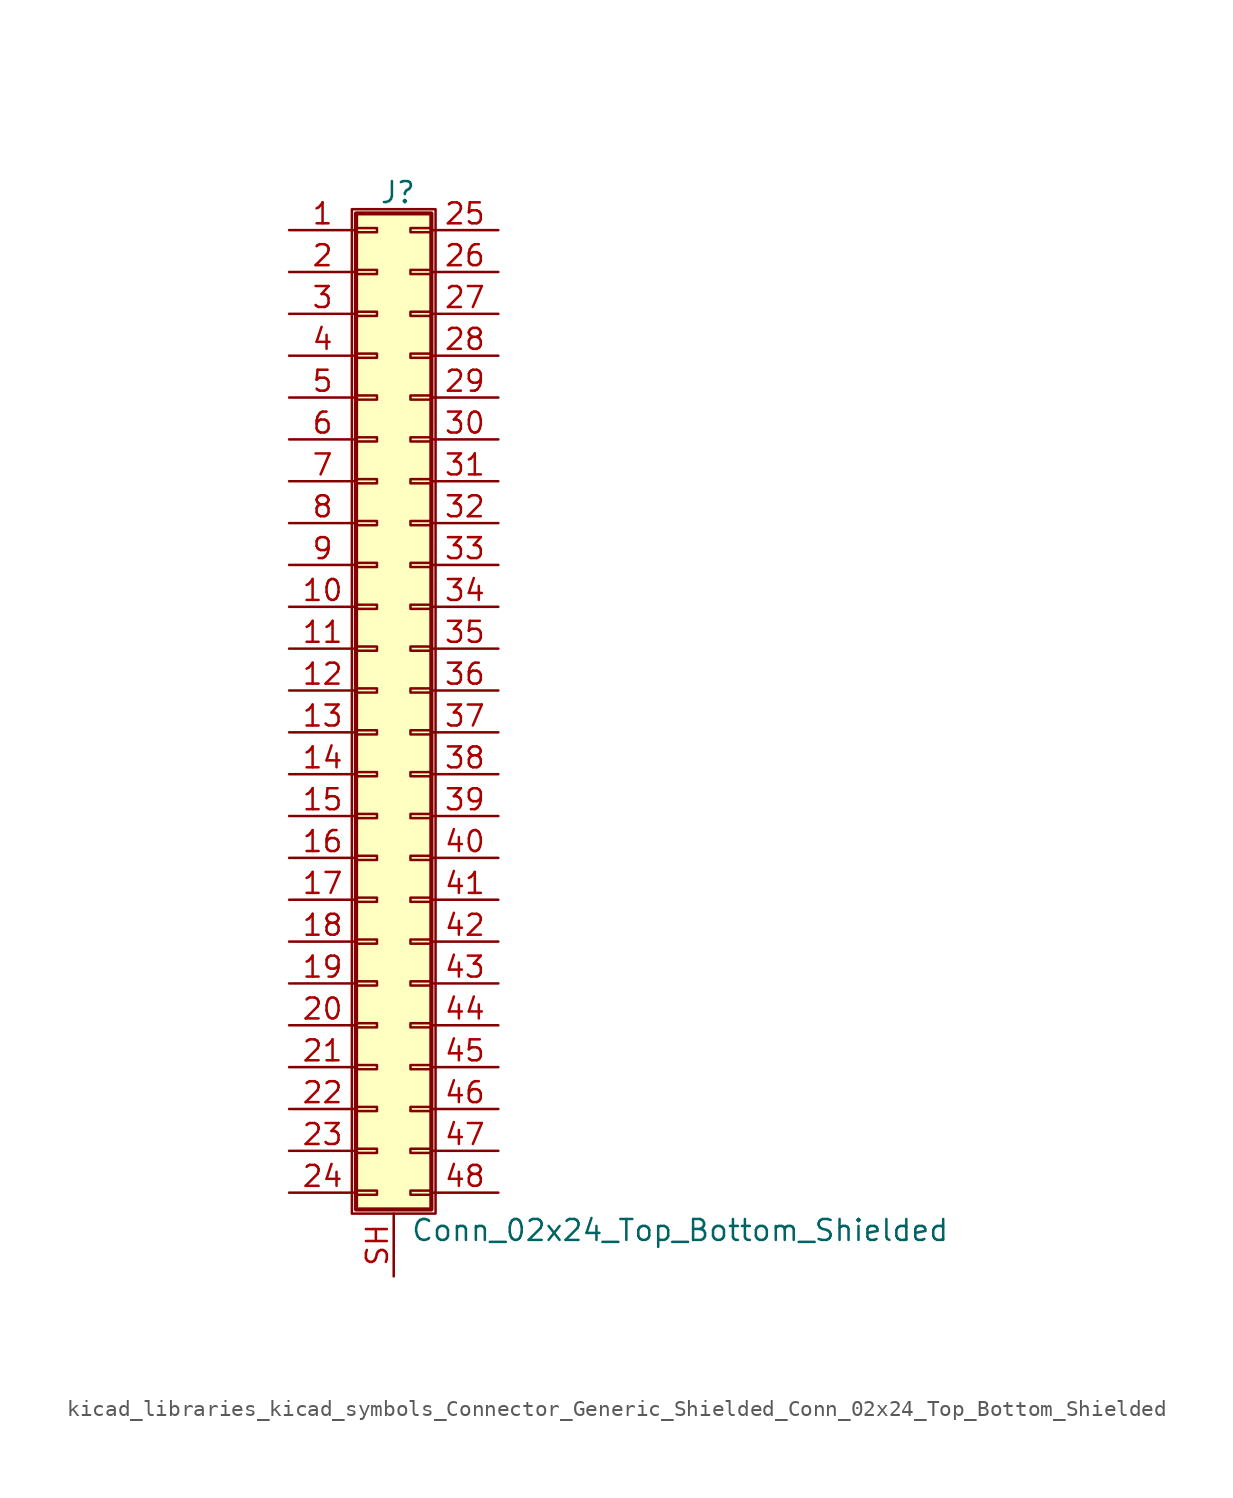
<source format=kicad_sym>
(kicad_symbol_lib
  (version 20220914)
  (generator kicad_symbol_editor)
  (symbol "kicad_libraries_kicad_symbols_Connector_Generic_Shielded_Conn_02x24_Top_Bottom_Shielded"
    (pin_names
      (offset 1.016) hide)
    (property "Reference" "J"
      (at 1.524 30.226 0)
      (effects (font (size 1.27 1.27))))
    (property "Value" "Conn_02x24_Top_Bottom_Shielded"
      (at 2.286 -32.766 0)
      (effects (font (size 1.27 1.27)) (justify left)))
    (symbol "kicad_libraries_kicad_symbols_Connector_Generic_Shielded_Conn_02x24_Top_Bottom_Shielded_1_1"
      (rectangle (start -1.27 29.21) (end 3.81 -31.75) (stroke (width 0.152) (type default)) (fill (type none)))
      (rectangle (start -1.016 -30.353) (end 0.254 -30.607) (stroke (width 0.152) (type default)) (fill (type none)))
      (rectangle (start -1.016 -27.813) (end 0.254 -28.067) (stroke (width 0.152) (type default)) (fill (type none)))
      (rectangle (start -1.016 -25.273) (end 0.254 -25.527) (stroke (width 0.152) (type default)) (fill (type none)))
      (rectangle (start -1.016 -22.733) (end 0.254 -22.987) (stroke (width 0.152) (type default)) (fill (type none)))
      (rectangle (start -1.016 -20.193) (end 0.254 -20.447) (stroke (width 0.152) (type default)) (fill (type none)))
      (rectangle (start -1.016 -17.653) (end 0.254 -17.907) (stroke (width 0.152) (type default)) (fill (type none)))
      (rectangle (start -1.016 -15.113) (end 0.254 -15.367) (stroke (width 0.152) (type default)) (fill (type none)))
      (rectangle (start -1.016 -12.573) (end 0.254 -12.827) (stroke (width 0.152) (type default)) (fill (type none)))
      (rectangle (start -1.016 -10.033) (end 0.254 -10.287) (stroke (width 0.152) (type default)) (fill (type none)))
      (rectangle (start -1.016 -7.493) (end 0.254 -7.747) (stroke (width 0.152) (type default)) (fill (type none)))
      (rectangle (start -1.016 -4.953) (end 0.254 -5.207) (stroke (width 0.152) (type default)) (fill (type none)))
      (rectangle (start -1.016 -2.413) (end 0.254 -2.667) (stroke (width 0.152) (type default)) (fill (type none)))
      (rectangle (start -1.016 0.127) (end 0.254 -0.127) (stroke (width 0.152) (type default)) (fill (type none)))
      (rectangle (start -1.016 2.667) (end 0.254 2.413) (stroke (width 0.152) (type default)) (fill (type none)))
      (rectangle (start -1.016 5.207) (end 0.254 4.953) (stroke (width 0.152) (type default)) (fill (type none)))
      (rectangle (start -1.016 7.747) (end 0.254 7.493) (stroke (width 0.152) (type default)) (fill (type none)))
      (rectangle (start -1.016 10.287) (end 0.254 10.033) (stroke (width 0.152) (type default)) (fill (type none)))
      (rectangle (start -1.016 12.827) (end 0.254 12.573) (stroke (width 0.152) (type default)) (fill (type none)))
      (rectangle (start -1.016 15.367) (end 0.254 15.113) (stroke (width 0.152) (type default)) (fill (type none)))
      (rectangle (start -1.016 17.907) (end 0.254 17.653) (stroke (width 0.152) (type default)) (fill (type none)))
      (rectangle (start -1.016 20.447) (end 0.254 20.193) (stroke (width 0.152) (type default)) (fill (type none)))
      (rectangle (start -1.016 22.987) (end 0.254 22.733) (stroke (width 0.152) (type default)) (fill (type none)))
      (rectangle (start -1.016 25.527) (end 0.254 25.273) (stroke (width 0.152) (type default)) (fill (type none)))
      (rectangle (start -1.016 28.067) (end 0.254 27.813) (stroke (width 0.152) (type default)) (fill (type none)))
      (rectangle (start -1.016 28.956) (end 3.556 -31.496) (stroke (width 0.254) (type default)) (fill (type background)))
      (rectangle (start 3.556 -30.353) (end 2.286 -30.607) (stroke (width 0.152) (type default)) (fill (type none)))
      (rectangle (start 3.556 -27.813) (end 2.286 -28.067) (stroke (width 0.152) (type default)) (fill (type none)))
      (rectangle (start 3.556 -25.273) (end 2.286 -25.527) (stroke (width 0.152) (type default)) (fill (type none)))
      (rectangle (start 3.556 -22.733) (end 2.286 -22.987) (stroke (width 0.152) (type default)) (fill (type none)))
      (rectangle (start 3.556 -20.193) (end 2.286 -20.447) (stroke (width 0.152) (type default)) (fill (type none)))
      (rectangle (start 3.556 -17.653) (end 2.286 -17.907) (stroke (width 0.152) (type default)) (fill (type none)))
      (rectangle (start 3.556 -15.113) (end 2.286 -15.367) (stroke (width 0.152) (type default)) (fill (type none)))
      (rectangle (start 3.556 -12.573) (end 2.286 -12.827) (stroke (width 0.152) (type default)) (fill (type none)))
      (rectangle (start 3.556 -10.033) (end 2.286 -10.287) (stroke (width 0.152) (type default)) (fill (type none)))
      (rectangle (start 3.556 -7.493) (end 2.286 -7.747) (stroke (width 0.152) (type default)) (fill (type none)))
      (rectangle (start 3.556 -4.953) (end 2.286 -5.207) (stroke (width 0.152) (type default)) (fill (type none)))
      (rectangle (start 3.556 -2.413) (end 2.286 -2.667) (stroke (width 0.152) (type default)) (fill (type none)))
      (rectangle (start 3.556 0.127) (end 2.286 -0.127) (stroke (width 0.152) (type default)) (fill (type none)))
      (rectangle (start 3.556 2.667) (end 2.286 2.413) (stroke (width 0.152) (type default)) (fill (type none)))
      (rectangle (start 3.556 5.207) (end 2.286 4.953) (stroke (width 0.152) (type default)) (fill (type none)))
      (rectangle (start 3.556 7.747) (end 2.286 7.493) (stroke (width 0.152) (type default)) (fill (type none)))
      (rectangle (start 3.556 10.287) (end 2.286 10.033) (stroke (width 0.152) (type default)) (fill (type none)))
      (rectangle (start 3.556 12.827) (end 2.286 12.573) (stroke (width 0.152) (type default)) (fill (type none)))
      (rectangle (start 3.556 15.367) (end 2.286 15.113) (stroke (width 0.152) (type default)) (fill (type none)))
      (rectangle (start 3.556 17.907) (end 2.286 17.653) (stroke (width 0.152) (type default)) (fill (type none)))
      (rectangle (start 3.556 20.447) (end 2.286 20.193) (stroke (width 0.152) (type default)) (fill (type none)))
      (rectangle (start 3.556 22.987) (end 2.286 22.733) (stroke (width 0.152) (type default)) (fill (type none)))
      (rectangle (start 3.556 25.527) (end 2.286 25.273) (stroke (width 0.152) (type default)) (fill (type none)))
      (rectangle (start 3.556 28.067) (end 2.286 27.813) (stroke (width 0.152) (type default)) (fill (type none)))
      (pin passive line (at -5.08 27.94 0) (length 4.064) (name "Pin_1" (effects (font (size 1.27 1.27)))) (number "1" (effects (font (size 1.27 1.27)))))
      (pin passive line (at -5.08 5.08 0) (length 4.064) (name "Pin_10" (effects (font (size 1.27 1.27)))) (number "10" (effects (font (size 1.27 1.27)))))
      (pin passive line (at -5.08 2.54 0) (length 4.064) (name "Pin_11" (effects (font (size 1.27 1.27)))) (number "11" (effects (font (size 1.27 1.27)))))
      (pin passive line (at -5.08 0 0) (length 4.064) (name "Pin_12" (effects (font (size 1.27 1.27)))) (number "12" (effects (font (size 1.27 1.27)))))
      (pin passive line (at -5.08 -2.54 0) (length 4.064) (name "Pin_13" (effects (font (size 1.27 1.27)))) (number "13" (effects (font (size 1.27 1.27)))))
      (pin passive line (at -5.08 -5.08 0) (length 4.064) (name "Pin_14" (effects (font (size 1.27 1.27)))) (number "14" (effects (font (size 1.27 1.27)))))
      (pin passive line (at -5.08 -7.62 0) (length 4.064) (name "Pin_15" (effects (font (size 1.27 1.27)))) (number "15" (effects (font (size 1.27 1.27)))))
      (pin passive line (at -5.08 -10.16 0) (length 4.064) (name "Pin_16" (effects (font (size 1.27 1.27)))) (number "16" (effects (font (size 1.27 1.27)))))
      (pin passive line (at -5.08 -12.7 0) (length 4.064) (name "Pin_17" (effects (font (size 1.27 1.27)))) (number "17" (effects (font (size 1.27 1.27)))))
      (pin passive line (at -5.08 -15.24 0) (length 4.064) (name "Pin_18" (effects (font (size 1.27 1.27)))) (number "18" (effects (font (size 1.27 1.27)))))
      (pin passive line (at -5.08 -17.78 0) (length 4.064) (name "Pin_19" (effects (font (size 1.27 1.27)))) (number "19" (effects (font (size 1.27 1.27)))))
      (pin passive line (at -5.08 25.4 0) (length 4.064) (name "Pin_2" (effects (font (size 1.27 1.27)))) (number "2" (effects (font (size 1.27 1.27)))))
      (pin passive line (at -5.08 -20.32 0) (length 4.064) (name "Pin_20" (effects (font (size 1.27 1.27)))) (number "20" (effects (font (size 1.27 1.27)))))
      (pin passive line (at -5.08 -22.86 0) (length 4.064) (name "Pin_21" (effects (font (size 1.27 1.27)))) (number "21" (effects (font (size 1.27 1.27)))))
      (pin passive line (at -5.08 -25.4 0) (length 4.064) (name "Pin_22" (effects (font (size 1.27 1.27)))) (number "22" (effects (font (size 1.27 1.27)))))
      (pin passive line (at -5.08 -27.94 0) (length 4.064) (name "Pin_23" (effects (font (size 1.27 1.27)))) (number "23" (effects (font (size 1.27 1.27)))))
      (pin passive line (at -5.08 -30.48 0) (length 4.064) (name "Pin_24" (effects (font (size 1.27 1.27)))) (number "24" (effects (font (size 1.27 1.27)))))
      (pin passive line (at 7.62 27.94 180) (length 4.064) (name "Pin_25" (effects (font (size 1.27 1.27)))) (number "25" (effects (font (size 1.27 1.27)))))
      (pin passive line (at 7.62 25.4 180) (length 4.064) (name "Pin_26" (effects (font (size 1.27 1.27)))) (number "26" (effects (font (size 1.27 1.27)))))
      (pin passive line (at 7.62 22.86 180) (length 4.064) (name "Pin_27" (effects (font (size 1.27 1.27)))) (number "27" (effects (font (size 1.27 1.27)))))
      (pin passive line (at 7.62 20.32 180) (length 4.064) (name "Pin_28" (effects (font (size 1.27 1.27)))) (number "28" (effects (font (size 1.27 1.27)))))
      (pin passive line (at 7.62 17.78 180) (length 4.064) (name "Pin_29" (effects (font (size 1.27 1.27)))) (number "29" (effects (font (size 1.27 1.27)))))
      (pin passive line (at -5.08 22.86 0) (length 4.064) (name "Pin_3" (effects (font (size 1.27 1.27)))) (number "3" (effects (font (size 1.27 1.27)))))
      (pin passive line (at 7.62 15.24 180) (length 4.064) (name "Pin_30" (effects (font (size 1.27 1.27)))) (number "30" (effects (font (size 1.27 1.27)))))
      (pin passive line (at 7.62 12.7 180) (length 4.064) (name "Pin_31" (effects (font (size 1.27 1.27)))) (number "31" (effects (font (size 1.27 1.27)))))
      (pin passive line (at 7.62 10.16 180) (length 4.064) (name "Pin_32" (effects (font (size 1.27 1.27)))) (number "32" (effects (font (size 1.27 1.27)))))
      (pin passive line (at 7.62 7.62 180) (length 4.064) (name "Pin_33" (effects (font (size 1.27 1.27)))) (number "33" (effects (font (size 1.27 1.27)))))
      (pin passive line (at 7.62 5.08 180) (length 4.064) (name "Pin_34" (effects (font (size 1.27 1.27)))) (number "34" (effects (font (size 1.27 1.27)))))
      (pin passive line (at 7.62 2.54 180) (length 4.064) (name "Pin_35" (effects (font (size 1.27 1.27)))) (number "35" (effects (font (size 1.27 1.27)))))
      (pin passive line (at 7.62 0 180) (length 4.064) (name "Pin_36" (effects (font (size 1.27 1.27)))) (number "36" (effects (font (size 1.27 1.27)))))
      (pin passive line (at 7.62 -2.54 180) (length 4.064) (name "Pin_37" (effects (font (size 1.27 1.27)))) (number "37" (effects (font (size 1.27 1.27)))))
      (pin passive line (at 7.62 -5.08 180) (length 4.064) (name "Pin_38" (effects (font (size 1.27 1.27)))) (number "38" (effects (font (size 1.27 1.27)))))
      (pin passive line (at 7.62 -7.62 180) (length 4.064) (name "Pin_39" (effects (font (size 1.27 1.27)))) (number "39" (effects (font (size 1.27 1.27)))))
      (pin passive line (at -5.08 20.32 0) (length 4.064) (name "Pin_4" (effects (font (size 1.27 1.27)))) (number "4" (effects (font (size 1.27 1.27)))))
      (pin passive line (at 7.62 -10.16 180) (length 4.064) (name "Pin_40" (effects (font (size 1.27 1.27)))) (number "40" (effects (font (size 1.27 1.27)))))
      (pin passive line (at 7.62 -12.7 180) (length 4.064) (name "Pin_41" (effects (font (size 1.27 1.27)))) (number "41" (effects (font (size 1.27 1.27)))))
      (pin passive line (at 7.62 -15.24 180) (length 4.064) (name "Pin_42" (effects (font (size 1.27 1.27)))) (number "42" (effects (font (size 1.27 1.27)))))
      (pin passive line (at 7.62 -17.78 180) (length 4.064) (name "Pin_43" (effects (font (size 1.27 1.27)))) (number "43" (effects (font (size 1.27 1.27)))))
      (pin passive line (at 7.62 -20.32 180) (length 4.064) (name "Pin_44" (effects (font (size 1.27 1.27)))) (number "44" (effects (font (size 1.27 1.27)))))
      (pin passive line (at 7.62 -22.86 180) (length 4.064) (name "Pin_45" (effects (font (size 1.27 1.27)))) (number "45" (effects (font (size 1.27 1.27)))))
      (pin passive line (at 7.62 -25.4 180) (length 4.064) (name "Pin_46" (effects (font (size 1.27 1.27)))) (number "46" (effects (font (size 1.27 1.27)))))
      (pin passive line (at 7.62 -27.94 180) (length 4.064) (name "Pin_47" (effects (font (size 1.27 1.27)))) (number "47" (effects (font (size 1.27 1.27)))))
      (pin passive line (at 7.62 -30.48 180) (length 4.064) (name "Pin_48" (effects (font (size 1.27 1.27)))) (number "48" (effects (font (size 1.27 1.27)))))
      (pin passive line (at -5.08 17.78 0) (length 4.064) (name "Pin_5" (effects (font (size 1.27 1.27)))) (number "5" (effects (font (size 1.27 1.27)))))
      (pin passive line (at -5.08 15.24 0) (length 4.064) (name "Pin_6" (effects (font (size 1.27 1.27)))) (number "6" (effects (font (size 1.27 1.27)))))
      (pin passive line (at -5.08 12.7 0) (length 4.064) (name "Pin_7" (effects (font (size 1.27 1.27)))) (number "7" (effects (font (size 1.27 1.27)))))
      (pin passive line (at -5.08 10.16 0) (length 4.064) (name "Pin_8" (effects (font (size 1.27 1.27)))) (number "8" (effects (font (size 1.27 1.27)))))
      (pin passive line (at -5.08 7.62 0) (length 4.064) (name "Pin_9" (effects (font (size 1.27 1.27)))) (number "9" (effects (font (size 1.27 1.27)))))
      (pin passive line (at 1.27 -35.56 90) (length 3.81) (name "Shield" (effects (font (size 1.27 1.27)))) (number "SH" (effects (font (size 1.27 1.27))))))))
</source>
